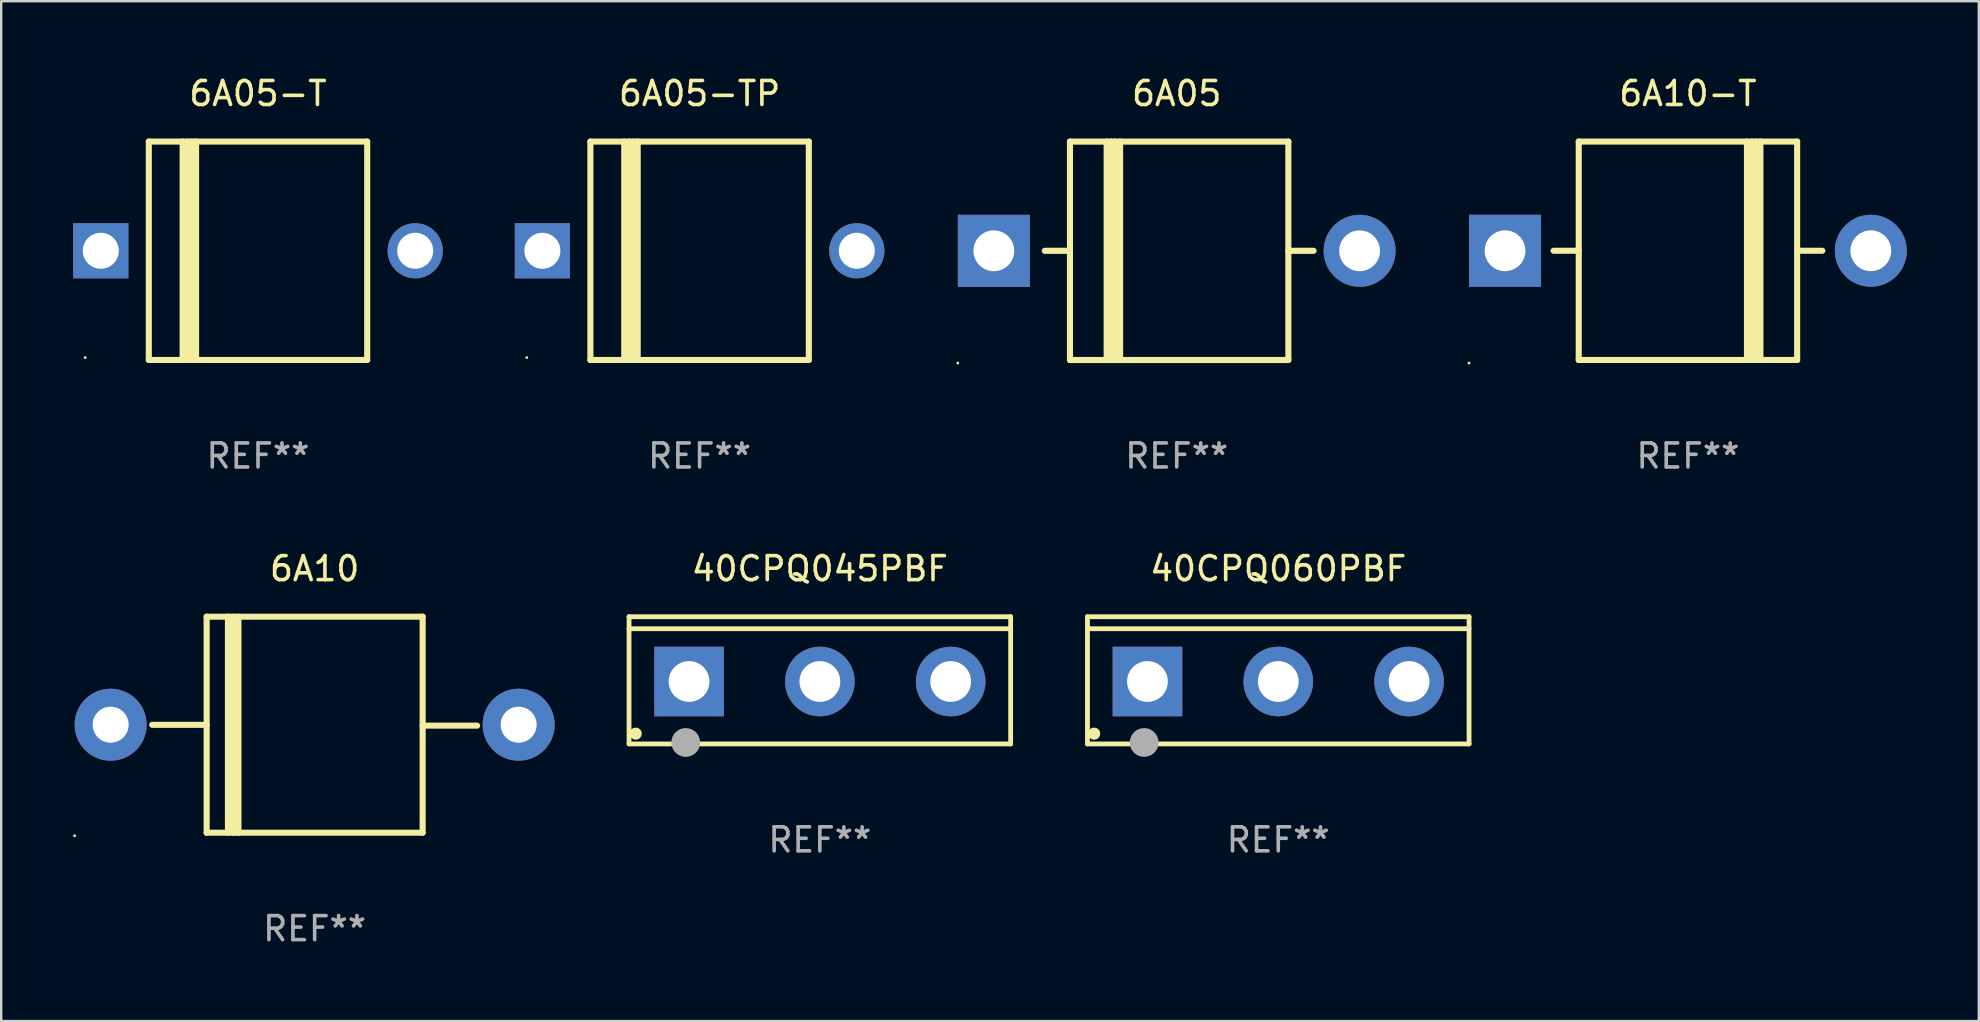
<source format=kicad_pcb>
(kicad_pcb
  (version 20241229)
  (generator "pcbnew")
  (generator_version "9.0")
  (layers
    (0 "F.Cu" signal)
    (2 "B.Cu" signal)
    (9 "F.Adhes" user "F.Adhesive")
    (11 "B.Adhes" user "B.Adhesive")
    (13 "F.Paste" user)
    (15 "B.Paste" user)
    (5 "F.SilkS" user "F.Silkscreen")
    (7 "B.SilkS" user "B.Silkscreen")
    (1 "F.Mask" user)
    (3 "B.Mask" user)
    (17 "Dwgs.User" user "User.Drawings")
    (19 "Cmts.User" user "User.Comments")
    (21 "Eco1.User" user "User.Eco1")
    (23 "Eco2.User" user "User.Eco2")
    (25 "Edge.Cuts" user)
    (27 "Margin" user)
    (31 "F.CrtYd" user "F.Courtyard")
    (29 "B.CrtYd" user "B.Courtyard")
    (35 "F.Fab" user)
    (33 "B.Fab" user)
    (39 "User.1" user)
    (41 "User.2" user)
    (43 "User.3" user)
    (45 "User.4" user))
  (footprint "40CPQ045PBF"
    (layer "F.Cu")
    (at 31.11 25.296)
    (property "Reference" "40CPQ045PBF" (at 0 -4.65 0) (layer "F.SilkS") (effects (font (size 1 1) (thickness 0.15))))
    (attr through_hole)
    (fp_line (start -7.95 -2.65) (end -7.95 2.65) (stroke (width 0.2) (type solid)) (layer "F.SilkS"))
    (fp_line (start -7.95 -2.15) (end 7.95 -2.15) (stroke (width 0.2) (type solid)) (layer "F.SilkS"))
    (fp_line (start -7.95 2.65) (end 7.95 2.65) (stroke (width 0.2) (type solid)) (layer "F.SilkS"))
    (fp_line (start 7.95 -2.65) (end -7.95 -2.65) (stroke (width 0.2) (type solid)) (layer "F.SilkS"))
    (fp_line (start 7.95 2.65) (end 7.95 -2.65) (stroke (width 0.2) (type solid)) (layer "F.SilkS"))
    (fp_circle (center -7.672 2.223) (end -7.545 2.223) (stroke (width 0.254) (type solid)) (fill no) (layer "F.SilkS"))
    (fp_circle (center -5.587 2.59) (end -5.287 2.59) (stroke (width 0.6) (type solid)) (fill no) (layer "F.Fab"))
    (fp_text user "REF**" (at 0 6.65 0) (layer "F.Fab") (effects (font (size 1 1) (thickness 0.15))))
    (pad "1" thru_hole rect (at -5.45 0.05) (size 2.9 2.9) (drill 1.7) (layers "*.Cu" "*.Mask"))
    (pad "2" thru_hole circle (at 0.001 0.05) (size 2.9 2.9) (drill 1.7) (layers "*.Cu" "*.Mask"))
    (pad "3" thru_hole circle (at 5.451 0.05) (size 2.9 2.9) (drill 1.7) (layers "*.Cu" "*.Mask")))
  (footprint "40CPQ060PBF"
    (layer "F.Cu")
    (at 50.21 25.296)
    (property "Reference" "40CPQ060PBF" (at 0 -4.65 0) (layer "F.SilkS") (effects (font (size 1 1) (thickness 0.15))))
    (attr through_hole)
    (fp_line (start -7.95 -2.65) (end -7.95 2.65) (stroke (width 0.2) (type solid)) (layer "F.SilkS"))
    (fp_line (start -7.95 -2.15) (end 7.95 -2.15) (stroke (width 0.2) (type solid)) (layer "F.SilkS"))
    (fp_line (start -7.95 2.65) (end 7.95 2.65) (stroke (width 0.2) (type solid)) (layer "F.SilkS"))
    (fp_line (start 7.95 -2.65) (end -7.95 -2.65) (stroke (width 0.2) (type solid)) (layer "F.SilkS"))
    (fp_line (start 7.95 2.65) (end 7.95 -2.65) (stroke (width 0.2) (type solid)) (layer "F.SilkS"))
    (fp_circle (center -7.672 2.223) (end -7.545 2.223) (stroke (width 0.254) (type solid)) (fill no) (layer "F.SilkS"))
    (fp_circle (center -5.587 2.59) (end -5.287 2.59) (stroke (width 0.6) (type solid)) (fill no) (layer "F.Fab"))
    (fp_text user "REF**" (at 0 6.65 0) (layer "F.Fab") (effects (font (size 1 1) (thickness 0.15))))
    (pad "1" thru_hole rect (at -5.45 0.05) (size 2.9 2.9) (drill 1.7) (layers "*.Cu" "*.Mask"))
    (pad "2" thru_hole circle (at 0.001 0.05) (size 2.9 2.9) (drill 1.7) (layers "*.Cu" "*.Mask"))
    (pad "3" thru_hole circle (at 5.451 0.05) (size 2.9 2.9) (drill 1.7) (layers "*.Cu" "*.Mask")))
  (footprint "6A05"
    (layer "F.Cu")
    (at 45.98 7.399)
    (property "Reference" "6A05" (at 0 -6.551 0) (layer "F.SilkS") (effects (font (size 1 1) (thickness 0.15))))
    (attr through_hole)
    (fp_line (start -4.478 0.001) (end -5.498 0.001) (stroke (width 0.254) (type solid)) (layer "F.SilkS"))
    (fp_line (start -4.449 -4.549) (end 4.651 -4.549) (stroke (width 0.254) (type solid)) (layer "F.SilkS"))
    (fp_line (start -4.448 -4.55) (end -4.448 4.551) (stroke (width 0.254) (type solid)) (layer "F.SilkS"))
    (fp_line (start -2.919 -4.55) (end -2.919 4.551) (stroke (width 0.254) (type solid)) (layer "F.SilkS"))
    (fp_line (start -2.74 -4.551) (end -2.74 4.55) (stroke (width 0.254) (type solid)) (layer "F.SilkS"))
    (fp_line (start -2.569 -4.55) (end -2.569 4.551) (stroke (width 0.254) (type solid)) (layer "F.SilkS"))
    (fp_line (start -2.359 -4.55) (end -2.359 4.551) (stroke (width 0.254) (type solid)) (layer "F.SilkS"))
    (fp_line (start 4.651 4.551) (end -4.449 4.551) (stroke (width 0.254) (type solid)) (layer "F.SilkS"))
    (fp_line (start 4.651 4.551) (end 4.651 -4.55) (stroke (width 0.254) (type solid)) (layer "F.SilkS"))
    (fp_line (start 5.701 0.001) (end 4.651 0.001) (stroke (width 0.254) (type solid)) (layer "F.SilkS"))
    (fp_circle (center -9.12 4.678) (end -9.09 4.678) (stroke (width 0.06) (type solid)) (fill no) (layer "F.SilkS"))
    (fp_text user "REF**" (at 0 8.551 0) (layer "F.Fab") (effects (font (size 1 1) (thickness 0.15))))
    (pad "1" thru_hole rect (at -7.62 0.001 180) (size 3 3) (drill 1.7) (layers "*.Cu" "*.Mask"))
    (pad "2" thru_hole circle (at 7.62 0.001) (size 3 3) (drill 1.7) (layers "*.Cu" "*.Mask")))
  (footprint "6A10-T"
    (layer "F.Cu")
    (at 67.28 7.399)
    (property "Reference" "6A10-T" (at 0 -6.551 0) (layer "F.SilkS") (effects (font (size 1 1) (thickness 0.15))))
    (attr through_hole)
    (fp_line (start -5.6 -0.001) (end -4.55 -0.001) (stroke (width 0.254) (type solid)) (layer "F.SilkS"))
    (fp_line (start -4.55 -4.551) (end -4.55 4.55) (stroke (width 0.254) (type solid)) (layer "F.SilkS"))
    (fp_line (start -4.55 -4.551) (end 4.55 -4.551) (stroke (width 0.254) (type solid)) (layer "F.SilkS"))
    (fp_line (start 2.46 4.55) (end 2.46 -4.551) (stroke (width 0.254) (type solid)) (layer "F.SilkS"))
    (fp_line (start 2.67 4.55) (end 2.67 -4.551) (stroke (width 0.254) (type solid)) (layer "F.SilkS"))
    (fp_line (start 2.841 4.551) (end 2.841 -4.55) (stroke (width 0.254) (type solid)) (layer "F.SilkS"))
    (fp_line (start 3.02 4.55) (end 3.02 -4.551) (stroke (width 0.254) (type solid)) (layer "F.SilkS"))
    (fp_line (start 4.55 4.55) (end 4.55 -4.551) (stroke (width 0.254) (type solid)) (layer "F.SilkS"))
    (fp_line (start 4.55 4.549) (end -4.55 4.549) (stroke (width 0.254) (type solid)) (layer "F.SilkS"))
    (fp_line (start 4.58 -0.001) (end 5.6 -0.001) (stroke (width 0.254) (type solid)) (layer "F.SilkS"))
    (fp_circle (center -9.12 4.678) (end -9.09 4.678) (stroke (width 0.06) (type solid)) (fill no) (layer "F.SilkS"))
    (fp_text user "REF**" (at 0 8.551 0) (layer "F.Fab") (effects (font (size 1 1) (thickness 0.15))))
    (pad "1" thru_hole rect (at -7.62 -0.001 180) (size 3 3) (drill 1.7) (layers "*.Cu" "*.Mask"))
    (pad "2" thru_hole circle (at 7.62 -0.001) (size 3 3) (drill 1.7) (layers "*.Cu" "*.Mask")))
  (footprint "6A05-T"
    (layer "F.Cu")
    (at 7.7 7.399)
    (property "Reference" "6A05-T" (at 0 -6.551 0) (layer "F.SilkS") (effects (font (size 1 1) (thickness 0.15))))
    (attr through_hole)
    (fp_line (start -4.55 -4.55) (end -4.55 4.55) (stroke (width 0.254) (type solid)) (layer "F.SilkS"))
    (fp_line (start -4.55 -4.55) (end 4.55 -4.55) (stroke (width 0.254) (type solid)) (layer "F.SilkS"))
    (fp_line (start -3.14 4.55) (end -3.14 -4.551) (stroke (width 0.254) (type solid)) (layer "F.SilkS"))
    (fp_line (start -2.93 4.55) (end -2.93 -4.551) (stroke (width 0.254) (type solid)) (layer "F.SilkS"))
    (fp_line (start -2.759 4.551) (end -2.759 -4.55) (stroke (width 0.254) (type solid)) (layer "F.SilkS"))
    (fp_line (start -2.58 4.55) (end -2.58 -4.551) (stroke (width 0.254) (type solid)) (layer "F.SilkS"))
    (fp_line (start 4.55 4.55) (end 4.55 -4.55) (stroke (width 0.254) (type solid)) (layer "F.SilkS"))
    (fp_line (start 4.55 4.549) (end -4.55 4.549) (stroke (width 0.254) (type solid)) (layer "F.SilkS"))
    (fp_circle (center -7.2 4.45) (end -7.17 4.45) (stroke (width 0.06) (type solid)) (fill no) (layer "F.SilkS"))
    (fp_text user "REF**" (at 0 8.551 0) (layer "F.Fab") (effects (font (size 1 1) (thickness 0.15))))
    (pad "1" thru_hole rect (at -6.55 -0.000483 180) (size 2.3 2.3) (drill 1.5) (layers "*.Cu" "*.Mask"))
    (pad "2" thru_hole circle (at 6.55 -0.000483) (size 2.3 2.3) (drill 1.5) (layers "*.Cu" "*.Mask")))
  (footprint "6A05-TP"
    (layer "F.Cu")
    (at 26.1 7.399)
    (property "Reference" "6A05-TP" (at 0 -6.551 0) (layer "F.SilkS") (effects (font (size 1 1) (thickness 0.15))))
    (attr through_hole)
    (fp_line (start -4.55 -4.55) (end -4.55 4.55) (stroke (width 0.254) (type solid)) (layer "F.SilkS"))
    (fp_line (start -4.55 -4.55) (end 4.55 -4.55) (stroke (width 0.254) (type solid)) (layer "F.SilkS"))
    (fp_line (start -3.14 4.55) (end -3.14 -4.551) (stroke (width 0.254) (type solid)) (layer "F.SilkS"))
    (fp_line (start -2.93 4.55) (end -2.93 -4.551) (stroke (width 0.254) (type solid)) (layer "F.SilkS"))
    (fp_line (start -2.759 4.551) (end -2.759 -4.55) (stroke (width 0.254) (type solid)) (layer "F.SilkS"))
    (fp_line (start -2.58 4.55) (end -2.58 -4.551) (stroke (width 0.254) (type solid)) (layer "F.SilkS"))
    (fp_line (start 4.55 4.55) (end 4.55 -4.55) (stroke (width 0.254) (type solid)) (layer "F.SilkS"))
    (fp_line (start 4.55 4.549) (end -4.55 4.549) (stroke (width 0.254) (type solid)) (layer "F.SilkS"))
    (fp_circle (center -7.2 4.45) (end -7.17 4.45) (stroke (width 0.06) (type solid)) (fill no) (layer "F.SilkS"))
    (fp_text user "REF**" (at 0 8.551 0) (layer "F.Fab") (effects (font (size 1 1) (thickness 0.15))))
    (pad "1" thru_hole rect (at -6.55 -0.000483 180) (size 2.3 2.3) (drill 1.5) (layers "*.Cu" "*.Mask"))
    (pad "2" thru_hole circle (at 6.55 -0.000483) (size 2.3 2.3) (drill 1.5) (layers "*.Cu" "*.Mask")))
  (footprint "6A10"
    (layer "F.Cu")
    (at 10.06 27.146)
    (property "Reference" "6A10" (at 0 -6.5 0) (layer "F.SilkS") (effects (font (size 1 1) (thickness 0.15))))
    (attr through_hole)
    (fp_line (start -4.5 -4.5) (end -4.5 4.5) (stroke (width 0.254) (type solid)) (layer "F.SilkS"))
    (fp_line (start -4.5 0.005) (end -6.769 0.005) (stroke (width 0.254) (type solid)) (layer "F.SilkS"))
    (fp_line (start -3.612 -4.5) (end -3.612 4.5) (stroke (width 0.254) (type solid)) (layer "F.SilkS"))
    (fp_line (start -3.375 -4.5) (end -3.375 4.5) (stroke (width 0.254) (type solid)) (layer "F.SilkS"))
    (fp_line (start -3.175 -4.5) (end -3.175 4.5) (stroke (width 0.254) (type solid)) (layer "F.SilkS"))
    (fp_line (start 4.5 -4.5) (end -4.5 -4.5) (stroke (width 0.254) (type solid)) (layer "F.SilkS"))
    (fp_line (start 4.5 -4.5) (end 4.5 4.5) (stroke (width 0.254) (type solid)) (layer "F.SilkS"))
    (fp_line (start 4.5 0.039) (end 6.769 0.039) (stroke (width 0.254) (type solid)) (layer "F.SilkS"))
    (fp_line (start 4.5 4.5) (end -4.5 4.5) (stroke (width 0.254) (type solid)) (layer "F.SilkS"))
    (fp_circle (center -10 4.627) (end -9.97 4.627) (stroke (width 0.06) (type solid)) (fill no) (layer "F.SilkS"))
    (fp_text user "REF**" (at 0 8.5 0) (layer "F.Fab") (effects (font (size 1 1) (thickness 0.15))))
    (pad "1" thru_hole circle (at -8.5 0.000013) (size 3 3) (drill 1.5) (layers "*.Cu" "*.Mask"))
    (pad "2" thru_hole circle (at 8.5 0.000013) (size 3 3) (drill 1.5) (layers "*.Cu" "*.Mask")))
  (gr_rect
    (start -3 -3)
    (end 79.4 39.494)
    (stroke (width 0.1) (type default))
    (fill no)
    (layer "Edge.Cuts")))
</source>
